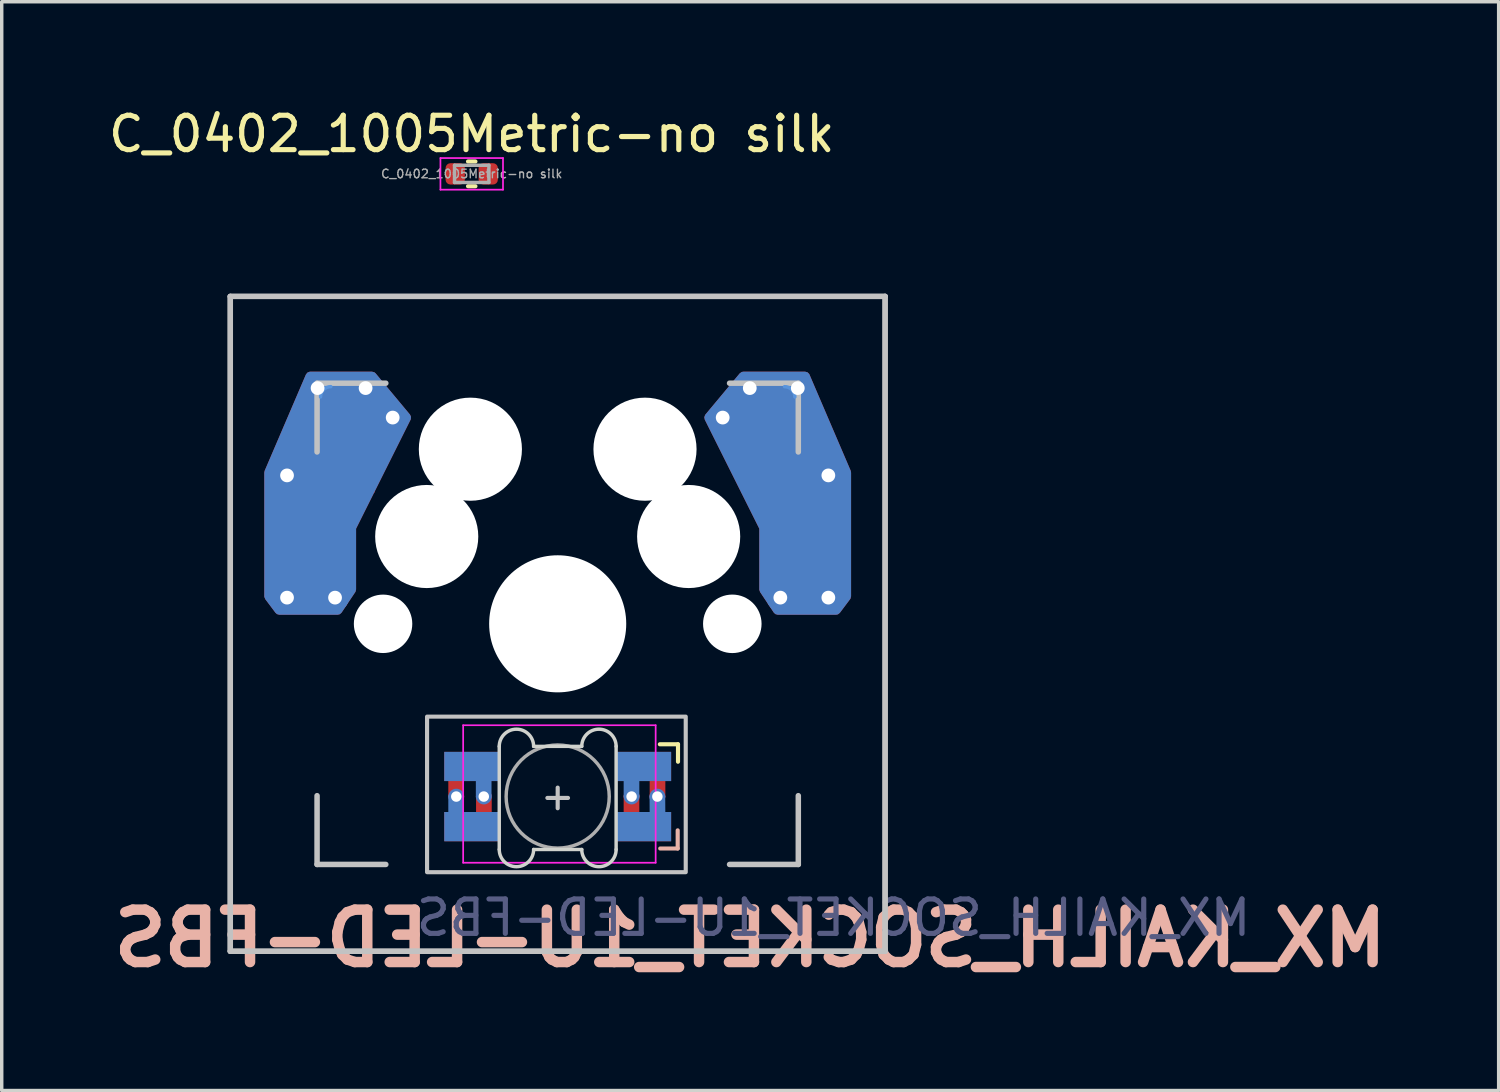
<source format=kicad_pcb>
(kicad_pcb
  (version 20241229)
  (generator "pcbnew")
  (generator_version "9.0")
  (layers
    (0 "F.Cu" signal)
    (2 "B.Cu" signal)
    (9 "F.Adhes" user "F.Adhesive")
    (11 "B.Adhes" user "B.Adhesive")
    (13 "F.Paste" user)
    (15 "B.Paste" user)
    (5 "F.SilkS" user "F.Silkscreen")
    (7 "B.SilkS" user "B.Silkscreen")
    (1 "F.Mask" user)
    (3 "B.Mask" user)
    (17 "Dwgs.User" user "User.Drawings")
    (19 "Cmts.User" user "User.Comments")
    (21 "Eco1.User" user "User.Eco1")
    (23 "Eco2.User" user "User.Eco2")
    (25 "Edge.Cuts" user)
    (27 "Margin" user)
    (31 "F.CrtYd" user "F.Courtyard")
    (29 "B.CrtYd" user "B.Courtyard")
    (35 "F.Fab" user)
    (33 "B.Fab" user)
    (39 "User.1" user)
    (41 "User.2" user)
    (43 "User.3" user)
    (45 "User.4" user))
  (footprint "MX_KAILH_SOCKET_1U-LED-FBS"
    (layer "F.Cu")
    (at 13.174 15.098)
    (property "Reference" "MX_KAILH_SOCKET_1U-LED-FBS" (at 5.6 9.15 0) (layer "B.SilkS") (effects (font (size 1.524 1.524) (thickness 0.305)) (justify mirror)))
    (attr through_hole)
    (fp_poly (pts (xy -3.25 3.775) (xy -1.75 3.775) (xy -1.75 4.525) (xy -3.25 4.525)) (stroke (width 0.1) (type solid)) (fill yes) (layer "F.Mask"))
    (fp_poly (pts (xy -3.25 5.525) (xy -1.75 5.525) (xy -1.75 6.275) (xy -3.25 6.275)) (stroke (width 0.1) (type solid)) (fill yes) (layer "F.Mask"))
    (fp_poly (pts (xy 1.75 5.525) (xy 3.25 5.525) (xy 3.25 6.275) (xy 1.75 6.275)) (stroke (width 0.1) (type solid)) (fill yes) (layer "F.Mask"))
    (fp_poly (pts (xy 1.75 3.775) (xy 2.85 3.775) (xy 3.25 4.175) (xy 3.25 4.525) (xy 1.75 4.525)) (stroke (width 0.1) (type solid)) (fill yes) (layer "F.Mask"))
    (fp_poly (pts (xy -3.25 3.775) (xy -1.75 3.775) (xy -1.75 4.525) (xy -3.25 4.525)) (stroke (width 0.1) (type solid)) (fill yes) (layer "B.Mask"))
    (fp_poly (pts (xy -3.25 5.525) (xy -1.75 5.525) (xy -1.75 6.275) (xy -3.25 6.275)) (stroke (width 0.1) (type solid)) (fill yes) (layer "B.Mask"))
    (fp_poly (pts (xy 1.75 3.775) (xy 3.25 3.775) (xy 3.25 4.525) (xy 1.75 4.525)) (stroke (width 0.1) (type solid)) (fill yes) (layer "B.Mask"))
    (fp_poly (pts (xy 1.75 5.525) (xy 3.25 5.525) (xy 3.25 5.85) (xy 2.85 6.275) (xy 1.75 6.275)) (stroke (width 0.1) (type solid)) (fill yes) (layer "B.Mask"))
    (fp_line (start 3.5 3.504) (end 2.972 3.504) (stroke (width 0.12) (type solid)) (layer "F.SilkS"))
    (fp_line (start 3.5 4.012) (end 3.5 3.504) (stroke (width 0.12) (type solid)) (layer "F.SilkS"))
    (fp_line (start 2.983 6.536) (end 3.491 6.536) (stroke (width 0.12) (type solid)) (layer "B.SilkS"))
    (fp_line (start 3.491 6.536) (end 3.491 6.008) (stroke (width 0.12) (type solid)) (layer "B.SilkS"))
    (fp_line (start -9.525 -9.525) (end 9.525 -9.525) (stroke (width 0.15) (type solid)) (layer "Dwgs.User"))
    (fp_line (start -9.525 -9.525) (end 9.525 -9.525) (stroke (width 0.16) (type solid)) (layer "Dwgs.User"))
    (fp_line (start -9.525 9.525) (end -9.525 -9.525) (stroke (width 0.15) (type solid)) (layer "Dwgs.User"))
    (fp_line (start -9.525 9.525) (end -9.525 -9.525) (stroke (width 0.16) (type solid)) (layer "Dwgs.User"))
    (fp_line (start -7 -7) (end -7 -5) (stroke (width 0.16) (type solid)) (layer "Dwgs.User"))
    (fp_line (start -7 5) (end -7 7) (stroke (width 0.16) (type solid)) (layer "Dwgs.User"))
    (fp_line (start -7 7) (end -5 7) (stroke (width 0.16) (type solid)) (layer "Dwgs.User"))
    (fp_line (start -5 -7) (end -7 -7) (stroke (width 0.16) (type solid)) (layer "Dwgs.User"))
    (fp_line (start -0.3 5.065) (end 0.3 5.065) (stroke (width 0.12) (type solid)) (layer "Dwgs.User"))
    (fp_line (start 0 5.365) (end 0 4.765) (stroke (width 0.12) (type solid)) (layer "Dwgs.User"))
    (fp_line (start 5 -7) (end 7 -7) (stroke (width 0.16) (type solid)) (layer "Dwgs.User"))
    (fp_line (start 5 7) (end 7 7) (stroke (width 0.16) (type solid)) (layer "Dwgs.User"))
    (fp_line (start 7 -7) (end 7 -5) (stroke (width 0.16) (type solid)) (layer "Dwgs.User"))
    (fp_line (start 7 7) (end 7 5) (stroke (width 0.16) (type solid)) (layer "Dwgs.User"))
    (fp_line (start 9.525 -9.525) (end 9.525 9.525) (stroke (width 0.15) (type solid)) (layer "Dwgs.User"))
    (fp_line (start 9.525 -9.525) (end 9.525 9.525) (stroke (width 0.16) (type solid)) (layer "Dwgs.User"))
    (fp_line (start 9.525 9.525) (end -9.525 9.525) (stroke (width 0.15) (type solid)) (layer "Dwgs.User"))
    (fp_line (start 9.525 9.525) (end -9.525 9.525) (stroke (width 0.16) (type solid)) (layer "Dwgs.User"))
    (fp_rect (start -3.8 2.7) (end 3.725 7.225) (stroke (width 0.12) (type solid)) (fill no) (layer "Dwgs.User"))
    (fp_line (start -1.191 -1.191) (end 1.191 1.191) (stroke (width 0.16) (type solid)) (layer "Cmts.User"))
    (fp_line (start -1.191 1.191) (end 1.191 -1.191) (stroke (width 0.16) (type solid)) (layer "Cmts.User"))
    (fp_arc (start -6.9 -6.6) (mid -6.812132 -6.812132) (end -6.6 -6.9) (stroke (width 0.1) (type solid)) (layer "Cmts.User"))
    (fp_arc (start 6.6 -6.9) (mid 6.812132 -6.812132) (end 6.9 -6.6) (stroke (width 0.1) (type solid)) (layer "Cmts.User"))
    (fp_arc (start -6.95 -6.65) (mid -6.862132 -6.862132) (end -6.65 -6.95) (stroke (width 0.1) (type solid)) (layer "Eco1.User"))
    (fp_arc (start 6.65 -6.95) (mid 6.862132 -6.862132) (end 6.95 -6.65) (stroke (width 0.1) (type solid)) (layer "Eco1.User"))
    (fp_line (start -9 -9) (end 9 -9) (stroke (width 0.12) (type solid)) (layer "Eco2.User"))
    (fp_line (start -9 9) (end -9 -9) (stroke (width 0.12) (type solid)) (layer "Eco2.User"))
    (fp_line (start 9 -9) (end 9 9) (stroke (width 0.12) (type solid)) (layer "Eco2.User"))
    (fp_line (start 9 9) (end -9 9) (stroke (width 0.12) (type solid)) (layer "Eco2.User"))
    (fp_line (start -1.7 3.565) (end -1.7 6.565) (stroke (width 0.1) (type solid)) (layer "Edge.Cuts"))
    (fp_line (start -0.7 3.565) (end 0.7 3.565) (stroke (width 0.1) (type solid)) (layer "Edge.Cuts"))
    (fp_line (start -0.7 6.565) (end 0.7 6.565) (stroke (width 0.1) (type solid)) (layer "Edge.Cuts"))
    (fp_line (start 1.7 6.565) (end 1.7 3.565) (stroke (width 0.1) (type solid)) (layer "Edge.Cuts"))
    (fp_arc (start -1.7 3.565) (mid -1.200001 3.065) (end -0.7 3.565) (stroke (width 0.1) (type solid)) (layer "Edge.Cuts"))
    (fp_arc (start -0.7 6.565) (mid -1.2 7.065) (end -1.7 6.565) (stroke (width 0.1) (type solid)) (layer "Edge.Cuts"))
    (fp_arc (start 0.7 3.565) (mid 1.199999 3.065) (end 1.7 3.565) (stroke (width 0.1) (type solid)) (layer "Edge.Cuts"))
    (fp_arc (start 1.7 6.565) (mid 1.2 7.065) (end 0.7 6.565) (stroke (width 0.1) (type solid)) (layer "Edge.Cuts"))
    (fp_line (start -2.75 2.95) (end -2.75 6.95) (stroke (width 0.05) (type solid)) (layer "F.CrtYd"))
    (fp_line (start -2.75 6.95) (end 2.85 6.95) (stroke (width 0.05) (type solid)) (layer "F.CrtYd"))
    (fp_line (start 2.85 2.95) (end -2.75 2.95) (stroke (width 0.05) (type solid)) (layer "F.CrtYd"))
    (fp_line (start 2.85 6.95) (end 2.85 2.95) (stroke (width 0.05) (type solid)) (layer "F.CrtYd"))
    (fp_circle (center 0 5.025) (end 0 3.525) (stroke (width 0.1) (type solid)) (fill no) (layer "F.Fab"))
    (fp_text user "${REFERENCE}" (at 8.025 8.55 0) (layer "B.Fab") (effects (font (size 1 1) (thickness 0.15)) (justify mirror)))
    (pad "" np_thru_hole circle (at -5.08 0) (size 1.7 1.7) (drill 1.7) (layers "*.Cu" "*.Mask"))
    (pad "" np_thru_hole circle (at -3.81 -2.54) (size 3 3) (drill 3) (layers "*.Cu" "*.Mask"))
    (pad "" np_thru_hole circle (at -2.54 -5.08) (size 3 3) (drill 3) (layers "*.Cu" "*.Mask"))
    (pad "" np_thru_hole circle (at 0 0) (size 3.988 3.988) (drill 3.988) (layers "*.Cu" "*.Mask"))
    (pad "" np_thru_hole circle (at 2.54 -5.08) (size 3 3) (drill 3) (layers "*.Cu" "*.Mask"))
    (pad "" np_thru_hole circle (at 3.81 -2.54) (size 3 3) (drill 3) (layers "*.Cu" "*.Mask"))
    (pad "" np_thru_hole circle (at 5.08 0) (size 1.702 1.702) (drill 1.702) (layers "*.Cu" "*.Mask"))
    (pad "1" smd custom (at -2.5 4.15) (size 1.6 0.85) (layers "B.Cu") (options (anchor rect)) (primitives (gr_poly (pts (xy 0.525 0.896) (xy 0.169 0.896) (xy 0.169 0.325) (xy 0.525 0.325)) (width 0.1) (fill yes))))
    (pad "1" smd custom (at -2.5 5.9) (size 1.6 0.85) (layers "F.Cu") (options (anchor rect)) (primitives (gr_poly (pts (xy 0.531 -0.275) (xy 0.175 -0.275) (xy 0.175 -0.898) (xy 0.531 -0.898)) (width 0.1) (fill yes))))
    (pad "1" thru_hole circle (at -2.15 5.025 180) (size 0.457 0.457) (drill 0.305) (layers "*.Cu"))
    (pad "2" thru_hole circle (at -2.95 5.025 180) (size 0.457 0.457) (drill 0.305) (layers "*.Cu"))
    (pad "2" smd custom (at -2.5 4.15 180) (size 1.6 0.85) (layers "F.Cu") (options (anchor rect)) (primitives (gr_poly (pts (xy 0.632 -0.296) (xy 0.277 -0.296) (xy 0.277 -0.869) (xy 0.632 -0.869)) (width 0.1) (fill yes))))
    (pad "2" smd custom (at -2.5 5.9 180) (size 1.6 0.85) (layers "B.Cu") (options (anchor rect)) (primitives (gr_poly (pts (xy 0.632 0.888) (xy 0.277 0.888) (xy 0.277 0.325) (xy 0.632 0.325)) (width 0.1) (fill yes))))
    (pad "3" smd custom (at 2.5 4.15 180) (size 1.6 0.85) (layers "F.Cu") (options (anchor rect)) (primitives (gr_poly (pts (xy -0.226 -0.354) (xy -0.582 -0.354) (xy -0.582 -0.887) (xy -0.226 -0.887)) (width 0.1) (fill yes))))
    (pad "3" smd custom (at 2.5 5.9 180) (size 1.6 0.85) (layers "B.Cu") (options (anchor rect)) (primitives (gr_poly (pts (xy -0.222 0.888) (xy -0.578 0.888) (xy -0.582 0.325) (xy -0.226 0.325)) (width 0.1) (fill yes))))
    (pad "3" thru_hole circle (at 2.9 5.025 180) (size 0.457 0.457) (drill 0.305) (layers "*.Cu"))
    (pad "4" thru_hole circle (at 2.15 5.025 180) (size 0.457 0.457) (drill 0.305) (layers "*.Cu"))
    (pad "4" smd custom (at 2.5 4.15) (size 1.6 0.85) (layers "B.Cu") (options (anchor rect)) (primitives (gr_poly (pts (xy -0.175 0.886) (xy -0.531 0.886) (xy -0.531 0.175) (xy -0.175 0.175)) (width 0.1) (fill yes))))
    (pad "4" smd custom (at 2.5 5.9) (size 1.6 0.85) (layers "F.Cu") (options (anchor rect)) (primitives (gr_poly (pts (xy -0.175 -0.175) (xy -0.531 -0.178) (xy -0.531 -0.903) (xy -0.175 -0.906)) (width 0.1) (fill yes))))
    (pad "5" thru_hole circle (at -7.874 -4.318) (size 0.8 0.8) (drill 0.4) (layers "*.Cu"))
    (pad "5" thru_hole circle (at -7.874 -0.762) (size 0.8 0.8) (drill 0.4) (layers "*.Cu"))
    (pad "5" smd custom (at -7.285 -2.54 180) (size 2.35 2.5) (layers "B.Cu") (options (anchor rect)) (primitives (gr_poly (pts (xy 1.115 -1.74) (xy 1.115 1.86) (xy -0.085 4.66) (xy -1.885 4.66) (xy -2.885 3.46) (xy -1.285 0.26) (xy -1.285 -1.54) (xy -0.885 -2.14) (xy 0.815 -2.14)) (width 0.27) (fill yes))))
    (pad "5" smd rect (at -7.2 -2.54 180) (size 2.35 2.5) (layers "B.Cu" "B.Mask"))
    (pad "5" thru_hole circle (at -6.985 -6.858) (size 0.8 0.8) (drill 0.4) (layers "*.Cu"))
    (pad "5" smd custom (at -6.499 -5.067 180) (size 2.15 2.5) (layers "F.Cu") (options (anchor rect)) (primitives (gr_poly (pts (xy 1.901 -4.267) (xy 1.901 -0.667) (xy 0.701 2.133) (xy -1.099 2.133) (xy -2.099 0.933) (xy -0.499 -2.267) (xy -0.499 -4.067) (xy -0.099 -4.667) (xy 1.601 -4.667)) (width 0.27) (fill yes))))
    (pad "5" thru_hole circle (at -6.477 -0.762) (size 0.8 0.8) (drill 0.4) (layers "*.Cu"))
    (pad "5" smd rect (at -6.399 -5.067 180) (size 2.15 2.5) (layers "F.Cu" "F.Mask"))
    (pad "5" thru_hole circle (at -5.588 -6.858) (size 0.8 0.8) (drill 0.4) (layers "*.Cu"))
    (pad "5" thru_hole circle (at -4.8 -6) (size 0.8 0.8) (drill 0.4) (layers "*.Cu"))
    (pad "6" thru_hole circle (at 4.8 -6) (size 0.8 0.8) (drill 0.4) (layers "*.Cu"))
    (pad "6" thru_hole circle (at 5.588 -6.858) (size 0.8 0.8) (drill 0.4) (layers "*.Cu"))
    (pad "6" smd rect (at 6.425 -5.067) (size 2.15 2.5) (layers "B.Cu" "B.Mask"))
    (pad "6" smd custom (at 6.425 -5.067 180) (size 2.15 2.5) (layers "B.Cu") (options (anchor rect)) (primitives (gr_poly (pts (xy 0.425 -4.067) (xy 0.425 -2.267) (xy 2.025 0.933) (xy 1.025 2.133) (xy -0.775 2.133) (xy -1.975 -0.667) (xy -1.975 -4.267) (xy -1.675 -4.667) (xy 0.025 -4.667)) (width 0.27) (fill yes))))
    (pad "6" thru_hole circle (at 6.477 -0.762) (size 0.8 0.8) (drill 0.4) (layers "*.Cu"))
    (pad "6" thru_hole circle (at 6.985 -6.858) (size 0.8 0.8) (drill 0.4) (layers "*.Cu"))
    (pad "6" smd rect (at 7.212 -2.54) (size 2.35 2.5) (layers "F.Cu" "F.Mask"))
    (pad "6" smd custom (at 7.212 -2.54 180) (size 2.35 2.5) (layers "F.Cu") (options (anchor rect)) (primitives (gr_poly (pts (xy 1.212 -1.54) (xy 1.212 0.26) (xy 2.812 3.46) (xy 1.812 4.66) (xy 0.012 4.66) (xy -1.188 1.86) (xy -1.188 -1.74) (xy -0.888 -2.14) (xy 0.812 -2.14)) (width 0.27) (fill yes))))
    (pad "6" thru_hole circle (at 7.874 -4.318) (size 0.8 0.8) (drill 0.4) (layers "*.Cu"))
    (pad "6" thru_hole circle (at 7.874 -0.762) (size 0.8 0.8) (drill 0.4) (layers "*.Cu")))
  (footprint "C_0402_1005Metric-no silk"
    (layer "F.Cu")
    (at 10.673 2.008)
    (property "Reference" "C_0402_1005Metric-no silk" (at 0 -1.16 0) (layer "F.SilkS") (effects (font (size 1 1) (thickness 0.15))))
    (attr smd)
    (fp_line (start -0.108 -0.36) (end 0.108 -0.36) (stroke (width 0.12) (type solid)) (layer "F.SilkS"))
    (fp_line (start -0.108 0.36) (end 0.108 0.36) (stroke (width 0.12) (type solid)) (layer "F.SilkS"))
    (fp_line (start -0.91 -0.46) (end 0.91 -0.46) (stroke (width 0.05) (type solid)) (layer "F.CrtYd"))
    (fp_line (start -0.91 0.46) (end -0.91 -0.46) (stroke (width 0.05) (type solid)) (layer "F.CrtYd"))
    (fp_line (start 0.91 -0.46) (end 0.91 0.46) (stroke (width 0.05) (type solid)) (layer "F.CrtYd"))
    (fp_line (start 0.91 0.46) (end -0.91 0.46) (stroke (width 0.05) (type solid)) (layer "F.CrtYd"))
    (fp_line (start -0.5 -0.25) (end 0.5 -0.25) (stroke (width 0.1) (type solid)) (layer "F.Fab"))
    (fp_line (start -0.5 0.25) (end -0.5 -0.25) (stroke (width 0.1) (type solid)) (layer "F.Fab"))
    (fp_line (start 0.5 -0.25) (end 0.5 0.25) (stroke (width 0.1) (type solid)) (layer "F.Fab"))
    (fp_line (start 0.5 0.25) (end -0.5 0.25) (stroke (width 0.1) (type solid)) (layer "F.Fab"))
    (fp_text user "${REFERENCE}" (at 0 0 0) (layer "F.Fab") (effects (font (size 0.25 0.25) (thickness 0.04))))
    (pad "1" smd roundrect (at -0.48 0) (size 0.56 0.62) (layers "F.Cu" "F.Mask" "F.Paste") (roundrect_rratio 0.25))
    (pad "2" smd roundrect (at 0.48 0) (size 0.56 0.62) (layers "F.Cu" "F.Mask" "F.Paste") (roundrect_rratio 0.25)))
  (gr_rect
    (start -3 -3)
    (end 40.548 28.675)
    (stroke (width 0.1) (type default))
    (fill no)
    (layer "Edge.Cuts")))
</source>
